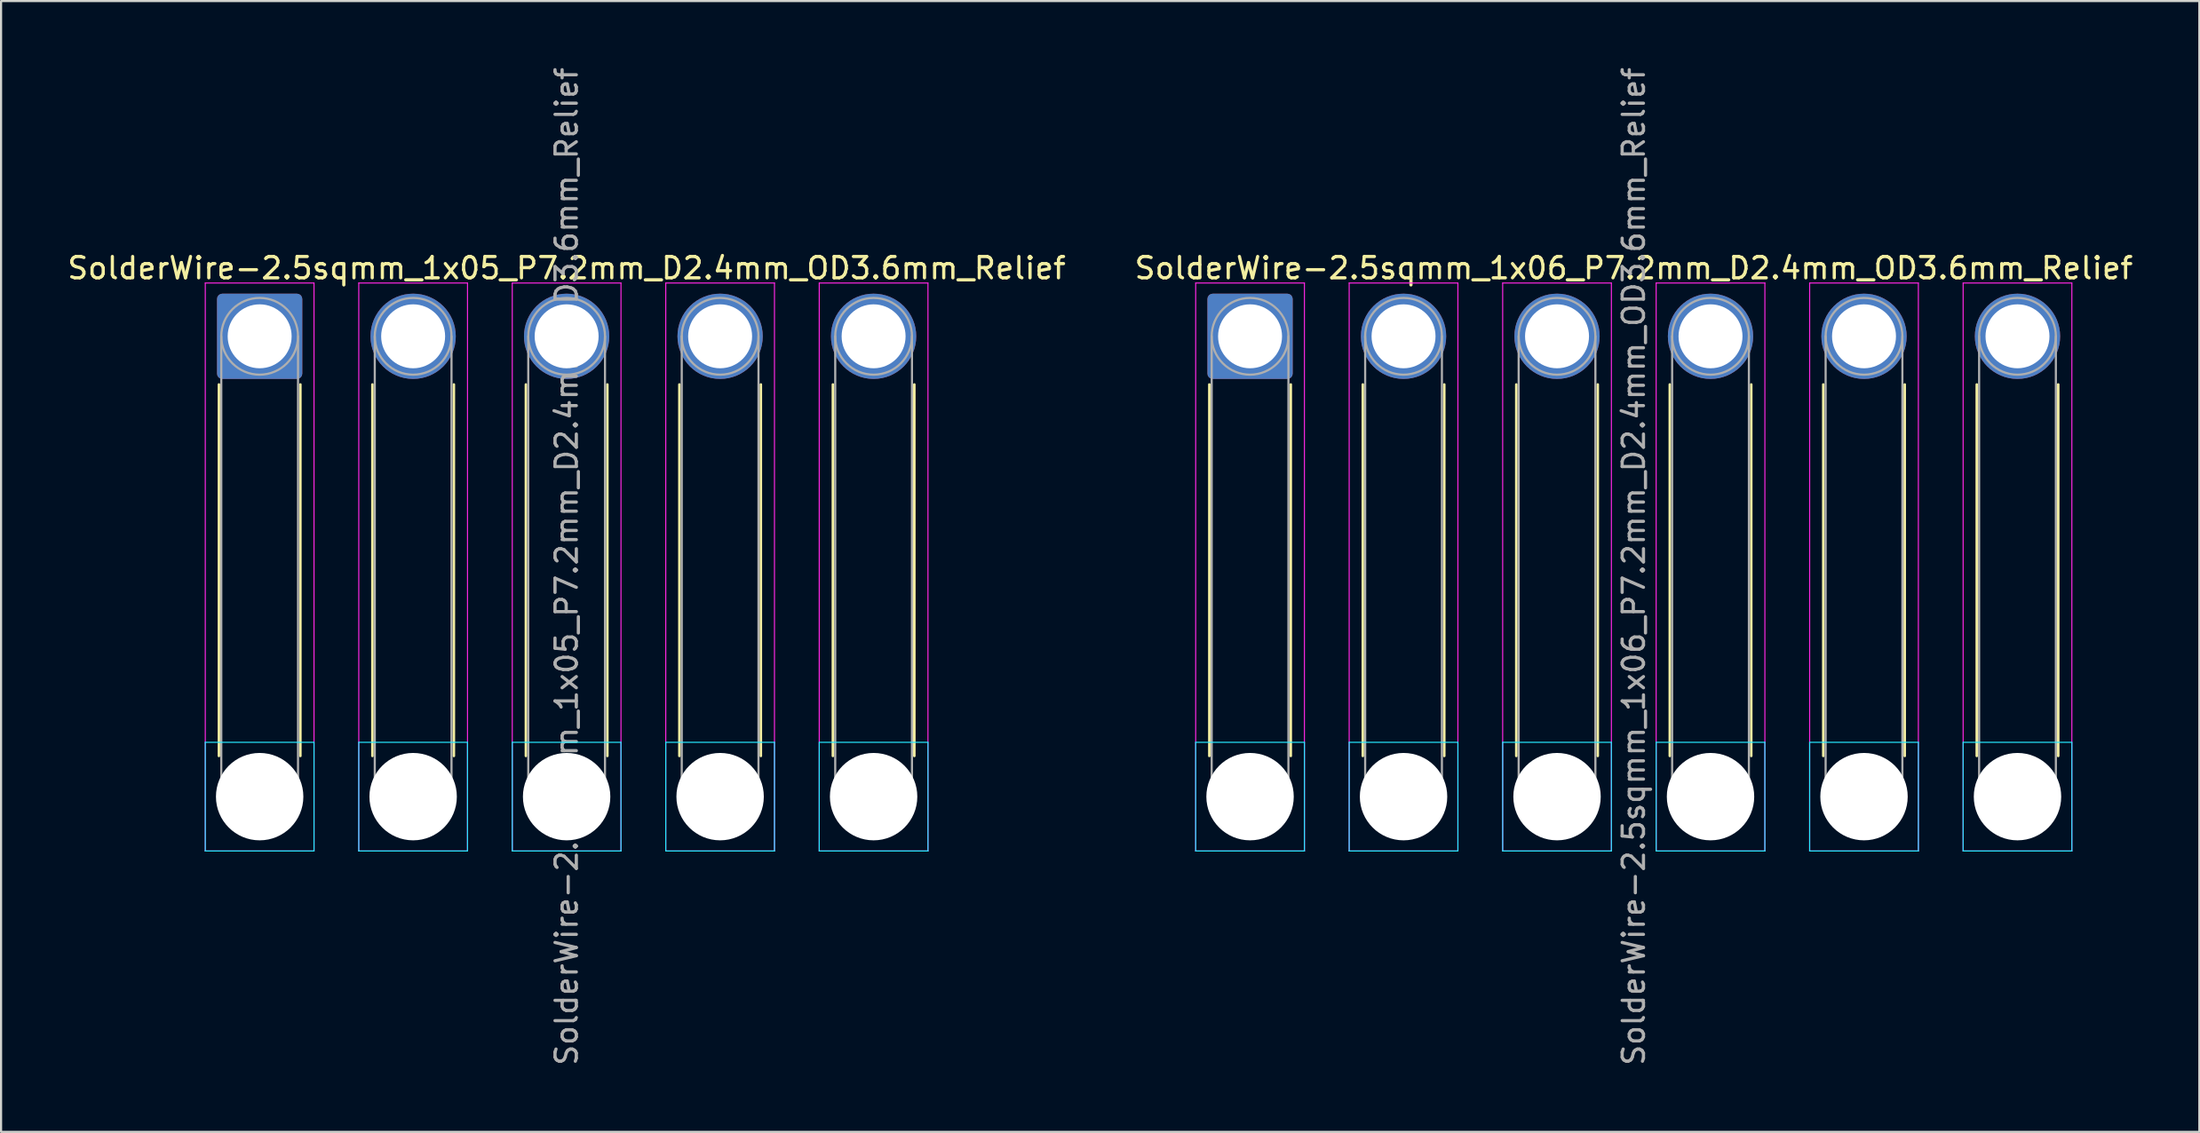
<source format=kicad_pcb>
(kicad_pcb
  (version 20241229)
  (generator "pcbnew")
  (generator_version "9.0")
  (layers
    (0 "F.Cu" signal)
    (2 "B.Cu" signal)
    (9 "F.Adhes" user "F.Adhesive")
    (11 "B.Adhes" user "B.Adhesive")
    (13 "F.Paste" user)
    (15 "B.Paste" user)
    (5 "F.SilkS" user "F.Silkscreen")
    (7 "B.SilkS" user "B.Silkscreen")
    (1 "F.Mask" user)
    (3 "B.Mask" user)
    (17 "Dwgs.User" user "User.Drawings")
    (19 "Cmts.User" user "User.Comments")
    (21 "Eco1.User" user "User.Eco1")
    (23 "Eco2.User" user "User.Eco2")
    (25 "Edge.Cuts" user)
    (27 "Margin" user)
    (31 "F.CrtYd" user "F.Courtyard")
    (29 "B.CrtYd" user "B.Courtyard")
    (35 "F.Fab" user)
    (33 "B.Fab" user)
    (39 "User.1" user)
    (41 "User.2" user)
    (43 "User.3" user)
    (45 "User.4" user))
  (footprint "SolderWire-2.5sqmm_1x06_P7.2mm_D2.4mm_OD3.6mm_Relief"
    (layer "F.Cu")
    (at 55.589 12.73)
    (property "Reference" "SolderWire-2.5sqmm_1x06_P7.2mm_D2.4mm_OD3.6mm_Relief" (at 18 -3.2 0) (layer "F.SilkS") (effects (font (size 1 1) (thickness 0.15))))
    (attr exclude_from_pos_files exclude_from_bom)
    (fp_line (start -1.91 2.26) (end -1.91 19.69) (stroke (width 0.12) (type solid)) (layer "F.SilkS"))
    (fp_line (start 1.91 2.26) (end 1.91 19.69) (stroke (width 0.12) (type solid)) (layer "F.SilkS"))
    (fp_line (start 5.29 2.26) (end 5.29 19.69) (stroke (width 0.12) (type solid)) (layer "F.SilkS"))
    (fp_line (start 9.11 2.26) (end 9.11 19.69) (stroke (width 0.12) (type solid)) (layer "F.SilkS"))
    (fp_line (start 12.49 2.26) (end 12.49 19.69) (stroke (width 0.12) (type solid)) (layer "F.SilkS"))
    (fp_line (start 16.31 2.26) (end 16.31 19.69) (stroke (width 0.12) (type solid)) (layer "F.SilkS"))
    (fp_line (start 19.69 2.26) (end 19.69 19.69) (stroke (width 0.12) (type solid)) (layer "F.SilkS"))
    (fp_line (start 23.51 2.26) (end 23.51 19.69) (stroke (width 0.12) (type solid)) (layer "F.SilkS"))
    (fp_line (start 26.89 2.26) (end 26.89 19.69) (stroke (width 0.12) (type solid)) (layer "F.SilkS"))
    (fp_line (start 30.71 2.26) (end 30.71 19.69) (stroke (width 0.12) (type solid)) (layer "F.SilkS"))
    (fp_line (start 34.09 2.26) (end 34.09 19.69) (stroke (width 0.12) (type solid)) (layer "F.SilkS"))
    (fp_line (start 37.91 2.26) (end 37.91 19.69) (stroke (width 0.12) (type solid)) (layer "F.SilkS"))
    (fp_line (start -2.55 19.05) (end -2.55 24.15) (stroke (width 0.05) (type solid)) (layer "B.CrtYd"))
    (fp_line (start -2.55 24.15) (end 2.55 24.15) (stroke (width 0.05) (type solid)) (layer "B.CrtYd"))
    (fp_line (start 2.55 19.05) (end -2.55 19.05) (stroke (width 0.05) (type solid)) (layer "B.CrtYd"))
    (fp_line (start 2.55 24.15) (end 2.55 19.05) (stroke (width 0.05) (type solid)) (layer "B.CrtYd"))
    (fp_line (start 4.65 19.05) (end 4.65 24.15) (stroke (width 0.05) (type solid)) (layer "B.CrtYd"))
    (fp_line (start 4.65 24.15) (end 9.75 24.15) (stroke (width 0.05) (type solid)) (layer "B.CrtYd"))
    (fp_line (start 9.75 19.05) (end 4.65 19.05) (stroke (width 0.05) (type solid)) (layer "B.CrtYd"))
    (fp_line (start 9.75 24.15) (end 9.75 19.05) (stroke (width 0.05) (type solid)) (layer "B.CrtYd"))
    (fp_line (start 11.85 19.05) (end 11.85 24.15) (stroke (width 0.05) (type solid)) (layer "B.CrtYd"))
    (fp_line (start 11.85 24.15) (end 16.95 24.15) (stroke (width 0.05) (type solid)) (layer "B.CrtYd"))
    (fp_line (start 16.95 19.05) (end 11.85 19.05) (stroke (width 0.05) (type solid)) (layer "B.CrtYd"))
    (fp_line (start 16.95 24.15) (end 16.95 19.05) (stroke (width 0.05) (type solid)) (layer "B.CrtYd"))
    (fp_line (start 19.05 19.05) (end 19.05 24.15) (stroke (width 0.05) (type solid)) (layer "B.CrtYd"))
    (fp_line (start 19.05 24.15) (end 24.15 24.15) (stroke (width 0.05) (type solid)) (layer "B.CrtYd"))
    (fp_line (start 24.15 19.05) (end 19.05 19.05) (stroke (width 0.05) (type solid)) (layer "B.CrtYd"))
    (fp_line (start 24.15 24.15) (end 24.15 19.05) (stroke (width 0.05) (type solid)) (layer "B.CrtYd"))
    (fp_line (start 26.25 19.05) (end 26.25 24.15) (stroke (width 0.05) (type solid)) (layer "B.CrtYd"))
    (fp_line (start 26.25 24.15) (end 31.35 24.15) (stroke (width 0.05) (type solid)) (layer "B.CrtYd"))
    (fp_line (start 31.35 19.05) (end 26.25 19.05) (stroke (width 0.05) (type solid)) (layer "B.CrtYd"))
    (fp_line (start 31.35 24.15) (end 31.35 19.05) (stroke (width 0.05) (type solid)) (layer "B.CrtYd"))
    (fp_line (start 33.45 19.05) (end 33.45 24.15) (stroke (width 0.05) (type solid)) (layer "B.CrtYd"))
    (fp_line (start 33.45 24.15) (end 38.55 24.15) (stroke (width 0.05) (type solid)) (layer "B.CrtYd"))
    (fp_line (start 38.55 19.05) (end 33.45 19.05) (stroke (width 0.05) (type solid)) (layer "B.CrtYd"))
    (fp_line (start 38.55 24.15) (end 38.55 19.05) (stroke (width 0.05) (type solid)) (layer "B.CrtYd"))
    (fp_line (start -2.55 -2.5) (end -2.55 24.15) (stroke (width 0.05) (type solid)) (layer "F.CrtYd"))
    (fp_line (start -2.55 24.15) (end 2.55 24.15) (stroke (width 0.05) (type solid)) (layer "F.CrtYd"))
    (fp_line (start 2.55 -2.5) (end -2.55 -2.5) (stroke (width 0.05) (type solid)) (layer "F.CrtYd"))
    (fp_line (start 2.55 24.15) (end 2.55 -2.5) (stroke (width 0.05) (type solid)) (layer "F.CrtYd"))
    (fp_line (start 4.65 -2.5) (end 4.65 24.15) (stroke (width 0.05) (type solid)) (layer "F.CrtYd"))
    (fp_line (start 4.65 24.15) (end 9.75 24.15) (stroke (width 0.05) (type solid)) (layer "F.CrtYd"))
    (fp_line (start 9.75 -2.5) (end 4.65 -2.5) (stroke (width 0.05) (type solid)) (layer "F.CrtYd"))
    (fp_line (start 9.75 24.15) (end 9.75 -2.5) (stroke (width 0.05) (type solid)) (layer "F.CrtYd"))
    (fp_line (start 11.85 -2.5) (end 11.85 24.15) (stroke (width 0.05) (type solid)) (layer "F.CrtYd"))
    (fp_line (start 11.85 24.15) (end 16.95 24.15) (stroke (width 0.05) (type solid)) (layer "F.CrtYd"))
    (fp_line (start 16.95 -2.5) (end 11.85 -2.5) (stroke (width 0.05) (type solid)) (layer "F.CrtYd"))
    (fp_line (start 16.95 24.15) (end 16.95 -2.5) (stroke (width 0.05) (type solid)) (layer "F.CrtYd"))
    (fp_line (start 19.05 -2.5) (end 19.05 24.15) (stroke (width 0.05) (type solid)) (layer "F.CrtYd"))
    (fp_line (start 19.05 24.15) (end 24.15 24.15) (stroke (width 0.05) (type solid)) (layer "F.CrtYd"))
    (fp_line (start 24.15 -2.5) (end 19.05 -2.5) (stroke (width 0.05) (type solid)) (layer "F.CrtYd"))
    (fp_line (start 24.15 24.15) (end 24.15 -2.5) (stroke (width 0.05) (type solid)) (layer "F.CrtYd"))
    (fp_line (start 26.25 -2.5) (end 26.25 24.15) (stroke (width 0.05) (type solid)) (layer "F.CrtYd"))
    (fp_line (start 26.25 24.15) (end 31.35 24.15) (stroke (width 0.05) (type solid)) (layer "F.CrtYd"))
    (fp_line (start 31.35 -2.5) (end 26.25 -2.5) (stroke (width 0.05) (type solid)) (layer "F.CrtYd"))
    (fp_line (start 31.35 24.15) (end 31.35 -2.5) (stroke (width 0.05) (type solid)) (layer "F.CrtYd"))
    (fp_line (start 33.45 -2.5) (end 33.45 24.15) (stroke (width 0.05) (type solid)) (layer "F.CrtYd"))
    (fp_line (start 33.45 24.15) (end 38.55 24.15) (stroke (width 0.05) (type solid)) (layer "F.CrtYd"))
    (fp_line (start 38.55 -2.5) (end 33.45 -2.5) (stroke (width 0.05) (type solid)) (layer "F.CrtYd"))
    (fp_line (start 38.55 24.15) (end 38.55 -2.5) (stroke (width 0.05) (type solid)) (layer "F.CrtYd"))
    (fp_line (start -1.8 0) (end -1.8 21.6) (stroke (width 0.1) (type solid)) (layer "F.Fab"))
    (fp_line (start 1.8 0) (end 1.8 21.6) (stroke (width 0.1) (type solid)) (layer "F.Fab"))
    (fp_line (start 5.4 0) (end 5.4 21.6) (stroke (width 0.1) (type solid)) (layer "F.Fab"))
    (fp_line (start 9 0) (end 9 21.6) (stroke (width 0.1) (type solid)) (layer "F.Fab"))
    (fp_line (start 12.6 0) (end 12.6 21.6) (stroke (width 0.1) (type solid)) (layer "F.Fab"))
    (fp_line (start 16.2 0) (end 16.2 21.6) (stroke (width 0.1) (type solid)) (layer "F.Fab"))
    (fp_line (start 19.8 0) (end 19.8 21.6) (stroke (width 0.1) (type solid)) (layer "F.Fab"))
    (fp_line (start 23.4 0) (end 23.4 21.6) (stroke (width 0.1) (type solid)) (layer "F.Fab"))
    (fp_line (start 27 0) (end 27 21.6) (stroke (width 0.1) (type solid)) (layer "F.Fab"))
    (fp_line (start 30.6 0) (end 30.6 21.6) (stroke (width 0.1) (type solid)) (layer "F.Fab"))
    (fp_line (start 34.2 0) (end 34.2 21.6) (stroke (width 0.1) (type solid)) (layer "F.Fab"))
    (fp_line (start 37.8 0) (end 37.8 21.6) (stroke (width 0.1) (type solid)) (layer "F.Fab"))
    (fp_circle (center 0 0) (end 1.8 0) (stroke (width 0.1) (type solid)) (fill no) (layer "F.Fab"))
    (fp_circle (center 0 21.6) (end 1.8 21.6) (stroke (width 0.1) (type solid)) (fill no) (layer "F.Fab"))
    (fp_circle (center 7.2 0) (end 9 0) (stroke (width 0.1) (type solid)) (fill no) (layer "F.Fab"))
    (fp_circle (center 7.2 21.6) (end 9 21.6) (stroke (width 0.1) (type solid)) (fill no) (layer "F.Fab"))
    (fp_circle (center 14.4 0) (end 16.2 0) (stroke (width 0.1) (type solid)) (fill no) (layer "F.Fab"))
    (fp_circle (center 14.4 21.6) (end 16.2 21.6) (stroke (width 0.1) (type solid)) (fill no) (layer "F.Fab"))
    (fp_circle (center 21.6 0) (end 23.4 0) (stroke (width 0.1) (type solid)) (fill no) (layer "F.Fab"))
    (fp_circle (center 21.6 21.6) (end 23.4 21.6) (stroke (width 0.1) (type solid)) (fill no) (layer "F.Fab"))
    (fp_circle (center 28.8 0) (end 30.6 0) (stroke (width 0.1) (type solid)) (fill no) (layer "F.Fab"))
    (fp_circle (center 28.8 21.6) (end 30.6 21.6) (stroke (width 0.1) (type solid)) (fill no) (layer "F.Fab"))
    (fp_circle (center 36 0) (end 37.8 0) (stroke (width 0.1) (type solid)) (fill no) (layer "F.Fab"))
    (fp_circle (center 36 21.6) (end 37.8 21.6) (stroke (width 0.1) (type solid)) (fill no) (layer "F.Fab"))
    (fp_text user "${REFERENCE}" (at 18 10.8 90) (layer "F.Fab") (effects (font (size 1 1) (thickness 0.15))))
    (pad "" np_thru_hole circle (at 0 21.6) (size 4.1 4.1) (drill 4.1) (layers "*.Cu" "*.Mask"))
    (pad "" np_thru_hole circle (at 7.2 21.6) (size 4.1 4.1) (drill 4.1) (layers "*.Cu" "*.Mask"))
    (pad "" np_thru_hole circle (at 14.4 21.6) (size 4.1 4.1) (drill 4.1) (layers "*.Cu" "*.Mask"))
    (pad "" np_thru_hole circle (at 21.6 21.6) (size 4.1 4.1) (drill 4.1) (layers "*.Cu" "*.Mask"))
    (pad "" np_thru_hole circle (at 28.8 21.6) (size 4.1 4.1) (drill 4.1) (layers "*.Cu" "*.Mask"))
    (pad "" np_thru_hole circle (at 36 21.6) (size 4.1 4.1) (drill 4.1) (layers "*.Cu" "*.Mask"))
    (pad "1" thru_hole roundrect (at 0 0) (size 4 4) (drill 3) (layers "*.Cu" "*.Mask") (roundrect_rratio 0.062))
    (pad "2" thru_hole circle (at 7.2 0) (size 4 4) (drill 3) (layers "*.Cu" "*.Mask"))
    (pad "3" thru_hole circle (at 14.4 0) (size 4 4) (drill 3) (layers "*.Cu" "*.Mask"))
    (pad "4" thru_hole circle (at 21.6 0) (size 4 4) (drill 3) (layers "*.Cu" "*.Mask"))
    (pad "5" thru_hole circle (at 28.8 0) (size 4 4) (drill 3) (layers "*.Cu" "*.Mask"))
    (pad "6" thru_hole circle (at 36 0) (size 4 4) (drill 3) (layers "*.Cu" "*.Mask")))
  (footprint "SolderWire-2.5sqmm_1x05_P7.2mm_D2.4mm_OD3.6mm_Relief"
    (layer "F.Cu")
    (at 9.13 12.73)
    (property "Reference" "SolderWire-2.5sqmm_1x05_P7.2mm_D2.4mm_OD3.6mm_Relief" (at 14.4 -3.2 0) (layer "F.SilkS") (effects (font (size 1 1) (thickness 0.15))))
    (attr exclude_from_pos_files exclude_from_bom)
    (fp_line (start -1.91 2.26) (end -1.91 19.69) (stroke (width 0.12) (type solid)) (layer "F.SilkS"))
    (fp_line (start 1.91 2.26) (end 1.91 19.69) (stroke (width 0.12) (type solid)) (layer "F.SilkS"))
    (fp_line (start 5.29 2.26) (end 5.29 19.69) (stroke (width 0.12) (type solid)) (layer "F.SilkS"))
    (fp_line (start 9.11 2.26) (end 9.11 19.69) (stroke (width 0.12) (type solid)) (layer "F.SilkS"))
    (fp_line (start 12.49 2.26) (end 12.49 19.69) (stroke (width 0.12) (type solid)) (layer "F.SilkS"))
    (fp_line (start 16.31 2.26) (end 16.31 19.69) (stroke (width 0.12) (type solid)) (layer "F.SilkS"))
    (fp_line (start 19.69 2.26) (end 19.69 19.69) (stroke (width 0.12) (type solid)) (layer "F.SilkS"))
    (fp_line (start 23.51 2.26) (end 23.51 19.69) (stroke (width 0.12) (type solid)) (layer "F.SilkS"))
    (fp_line (start 26.89 2.26) (end 26.89 19.69) (stroke (width 0.12) (type solid)) (layer "F.SilkS"))
    (fp_line (start 30.71 2.26) (end 30.71 19.69) (stroke (width 0.12) (type solid)) (layer "F.SilkS"))
    (fp_line (start -2.55 19.05) (end -2.55 24.15) (stroke (width 0.05) (type solid)) (layer "B.CrtYd"))
    (fp_line (start -2.55 24.15) (end 2.55 24.15) (stroke (width 0.05) (type solid)) (layer "B.CrtYd"))
    (fp_line (start 2.55 19.05) (end -2.55 19.05) (stroke (width 0.05) (type solid)) (layer "B.CrtYd"))
    (fp_line (start 2.55 24.15) (end 2.55 19.05) (stroke (width 0.05) (type solid)) (layer "B.CrtYd"))
    (fp_line (start 4.65 19.05) (end 4.65 24.15) (stroke (width 0.05) (type solid)) (layer "B.CrtYd"))
    (fp_line (start 4.65 24.15) (end 9.75 24.15) (stroke (width 0.05) (type solid)) (layer "B.CrtYd"))
    (fp_line (start 9.75 19.05) (end 4.65 19.05) (stroke (width 0.05) (type solid)) (layer "B.CrtYd"))
    (fp_line (start 9.75 24.15) (end 9.75 19.05) (stroke (width 0.05) (type solid)) (layer "B.CrtYd"))
    (fp_line (start 11.85 19.05) (end 11.85 24.15) (stroke (width 0.05) (type solid)) (layer "B.CrtYd"))
    (fp_line (start 11.85 24.15) (end 16.95 24.15) (stroke (width 0.05) (type solid)) (layer "B.CrtYd"))
    (fp_line (start 16.95 19.05) (end 11.85 19.05) (stroke (width 0.05) (type solid)) (layer "B.CrtYd"))
    (fp_line (start 16.95 24.15) (end 16.95 19.05) (stroke (width 0.05) (type solid)) (layer "B.CrtYd"))
    (fp_line (start 19.05 19.05) (end 19.05 24.15) (stroke (width 0.05) (type solid)) (layer "B.CrtYd"))
    (fp_line (start 19.05 24.15) (end 24.15 24.15) (stroke (width 0.05) (type solid)) (layer "B.CrtYd"))
    (fp_line (start 24.15 19.05) (end 19.05 19.05) (stroke (width 0.05) (type solid)) (layer "B.CrtYd"))
    (fp_line (start 24.15 24.15) (end 24.15 19.05) (stroke (width 0.05) (type solid)) (layer "B.CrtYd"))
    (fp_line (start 26.25 19.05) (end 26.25 24.15) (stroke (width 0.05) (type solid)) (layer "B.CrtYd"))
    (fp_line (start 26.25 24.15) (end 31.35 24.15) (stroke (width 0.05) (type solid)) (layer "B.CrtYd"))
    (fp_line (start 31.35 19.05) (end 26.25 19.05) (stroke (width 0.05) (type solid)) (layer "B.CrtYd"))
    (fp_line (start 31.35 24.15) (end 31.35 19.05) (stroke (width 0.05) (type solid)) (layer "B.CrtYd"))
    (fp_line (start -2.55 -2.5) (end -2.55 24.15) (stroke (width 0.05) (type solid)) (layer "F.CrtYd"))
    (fp_line (start -2.55 24.15) (end 2.55 24.15) (stroke (width 0.05) (type solid)) (layer "F.CrtYd"))
    (fp_line (start 2.55 -2.5) (end -2.55 -2.5) (stroke (width 0.05) (type solid)) (layer "F.CrtYd"))
    (fp_line (start 2.55 24.15) (end 2.55 -2.5) (stroke (width 0.05) (type solid)) (layer "F.CrtYd"))
    (fp_line (start 4.65 -2.5) (end 4.65 24.15) (stroke (width 0.05) (type solid)) (layer "F.CrtYd"))
    (fp_line (start 4.65 24.15) (end 9.75 24.15) (stroke (width 0.05) (type solid)) (layer "F.CrtYd"))
    (fp_line (start 9.75 -2.5) (end 4.65 -2.5) (stroke (width 0.05) (type solid)) (layer "F.CrtYd"))
    (fp_line (start 9.75 24.15) (end 9.75 -2.5) (stroke (width 0.05) (type solid)) (layer "F.CrtYd"))
    (fp_line (start 11.85 -2.5) (end 11.85 24.15) (stroke (width 0.05) (type solid)) (layer "F.CrtYd"))
    (fp_line (start 11.85 24.15) (end 16.95 24.15) (stroke (width 0.05) (type solid)) (layer "F.CrtYd"))
    (fp_line (start 16.95 -2.5) (end 11.85 -2.5) (stroke (width 0.05) (type solid)) (layer "F.CrtYd"))
    (fp_line (start 16.95 24.15) (end 16.95 -2.5) (stroke (width 0.05) (type solid)) (layer "F.CrtYd"))
    (fp_line (start 19.05 -2.5) (end 19.05 24.15) (stroke (width 0.05) (type solid)) (layer "F.CrtYd"))
    (fp_line (start 19.05 24.15) (end 24.15 24.15) (stroke (width 0.05) (type solid)) (layer "F.CrtYd"))
    (fp_line (start 24.15 -2.5) (end 19.05 -2.5) (stroke (width 0.05) (type solid)) (layer "F.CrtYd"))
    (fp_line (start 24.15 24.15) (end 24.15 -2.5) (stroke (width 0.05) (type solid)) (layer "F.CrtYd"))
    (fp_line (start 26.25 -2.5) (end 26.25 24.15) (stroke (width 0.05) (type solid)) (layer "F.CrtYd"))
    (fp_line (start 26.25 24.15) (end 31.35 24.15) (stroke (width 0.05) (type solid)) (layer "F.CrtYd"))
    (fp_line (start 31.35 -2.5) (end 26.25 -2.5) (stroke (width 0.05) (type solid)) (layer "F.CrtYd"))
    (fp_line (start 31.35 24.15) (end 31.35 -2.5) (stroke (width 0.05) (type solid)) (layer "F.CrtYd"))
    (fp_line (start -1.8 0) (end -1.8 21.6) (stroke (width 0.1) (type solid)) (layer "F.Fab"))
    (fp_line (start 1.8 0) (end 1.8 21.6) (stroke (width 0.1) (type solid)) (layer "F.Fab"))
    (fp_line (start 5.4 0) (end 5.4 21.6) (stroke (width 0.1) (type solid)) (layer "F.Fab"))
    (fp_line (start 9 0) (end 9 21.6) (stroke (width 0.1) (type solid)) (layer "F.Fab"))
    (fp_line (start 12.6 0) (end 12.6 21.6) (stroke (width 0.1) (type solid)) (layer "F.Fab"))
    (fp_line (start 16.2 0) (end 16.2 21.6) (stroke (width 0.1) (type solid)) (layer "F.Fab"))
    (fp_line (start 19.8 0) (end 19.8 21.6) (stroke (width 0.1) (type solid)) (layer "F.Fab"))
    (fp_line (start 23.4 0) (end 23.4 21.6) (stroke (width 0.1) (type solid)) (layer "F.Fab"))
    (fp_line (start 27 0) (end 27 21.6) (stroke (width 0.1) (type solid)) (layer "F.Fab"))
    (fp_line (start 30.6 0) (end 30.6 21.6) (stroke (width 0.1) (type solid)) (layer "F.Fab"))
    (fp_circle (center 0 0) (end 1.8 0) (stroke (width 0.1) (type solid)) (fill no) (layer "F.Fab"))
    (fp_circle (center 0 21.6) (end 1.8 21.6) (stroke (width 0.1) (type solid)) (fill no) (layer "F.Fab"))
    (fp_circle (center 7.2 0) (end 9 0) (stroke (width 0.1) (type solid)) (fill no) (layer "F.Fab"))
    (fp_circle (center 7.2 21.6) (end 9 21.6) (stroke (width 0.1) (type solid)) (fill no) (layer "F.Fab"))
    (fp_circle (center 14.4 0) (end 16.2 0) (stroke (width 0.1) (type solid)) (fill no) (layer "F.Fab"))
    (fp_circle (center 14.4 21.6) (end 16.2 21.6) (stroke (width 0.1) (type solid)) (fill no) (layer "F.Fab"))
    (fp_circle (center 21.6 0) (end 23.4 0) (stroke (width 0.1) (type solid)) (fill no) (layer "F.Fab"))
    (fp_circle (center 21.6 21.6) (end 23.4 21.6) (stroke (width 0.1) (type solid)) (fill no) (layer "F.Fab"))
    (fp_circle (center 28.8 0) (end 30.6 0) (stroke (width 0.1) (type solid)) (fill no) (layer "F.Fab"))
    (fp_circle (center 28.8 21.6) (end 30.6 21.6) (stroke (width 0.1) (type solid)) (fill no) (layer "F.Fab"))
    (fp_text user "${REFERENCE}" (at 14.4 10.8 90) (layer "F.Fab") (effects (font (size 1 1) (thickness 0.15))))
    (pad "" np_thru_hole circle (at 0 21.6) (size 4.1 4.1) (drill 4.1) (layers "*.Cu" "*.Mask"))
    (pad "" np_thru_hole circle (at 7.2 21.6) (size 4.1 4.1) (drill 4.1) (layers "*.Cu" "*.Mask"))
    (pad "" np_thru_hole circle (at 14.4 21.6) (size 4.1 4.1) (drill 4.1) (layers "*.Cu" "*.Mask"))
    (pad "" np_thru_hole circle (at 21.6 21.6) (size 4.1 4.1) (drill 4.1) (layers "*.Cu" "*.Mask"))
    (pad "" np_thru_hole circle (at 28.8 21.6) (size 4.1 4.1) (drill 4.1) (layers "*.Cu" "*.Mask"))
    (pad "1" thru_hole roundrect (at 0 0) (size 4 4) (drill 3) (layers "*.Cu" "*.Mask") (roundrect_rratio 0.062))
    (pad "2" thru_hole circle (at 7.2 0) (size 4 4) (drill 3) (layers "*.Cu" "*.Mask"))
    (pad "3" thru_hole circle (at 14.4 0) (size 4 4) (drill 3) (layers "*.Cu" "*.Mask"))
    (pad "4" thru_hole circle (at 21.6 0) (size 4 4) (drill 3) (layers "*.Cu" "*.Mask"))
    (pad "5" thru_hole circle (at 28.8 0) (size 4 4) (drill 3) (layers "*.Cu" "*.Mask")))
  (gr_rect
    (start -3 -3)
    (end 100.119 50.06)
    (stroke (width 0.1) (type default))
    (fill no)
    (layer "Edge.Cuts")))
</source>
